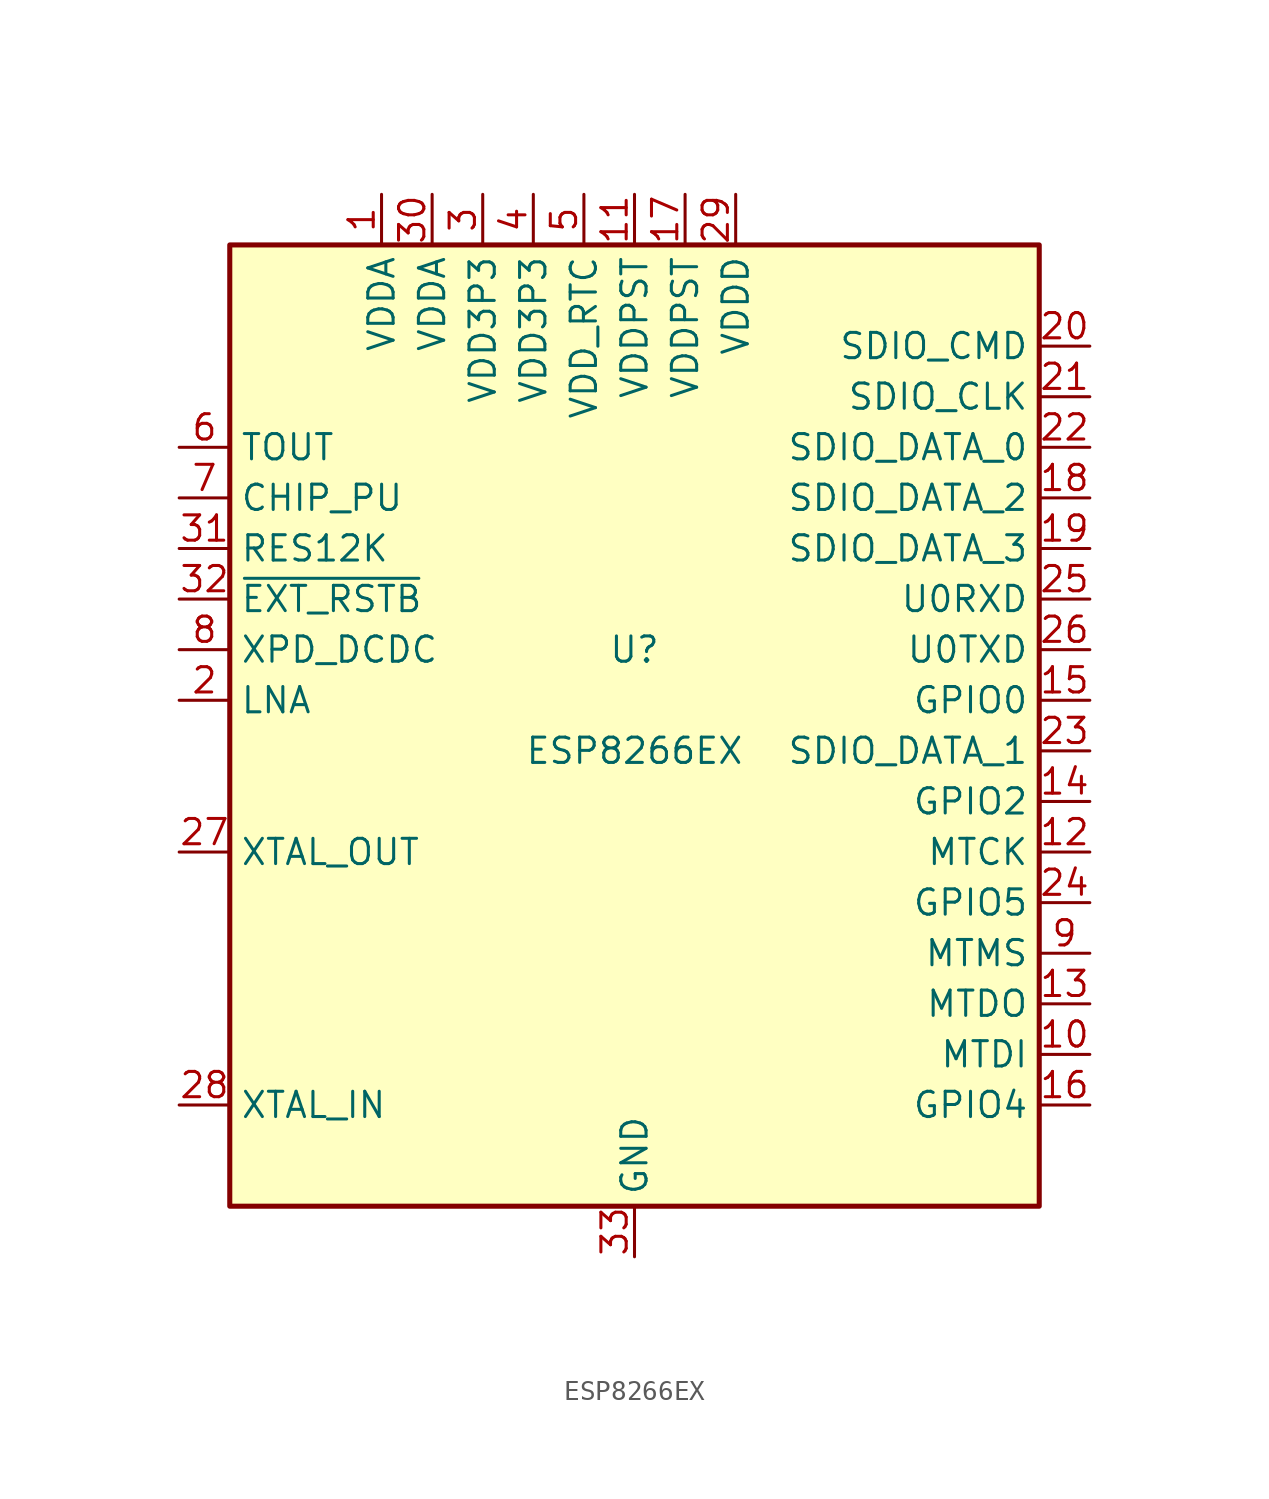
<source format=kicad_sym>
(kicad_symbol_lib
  (version 20201005)
  (generator kicad_symbol_editor)
  (symbol "ESP8266EX"
    (property "Reference" "U"
      (at 0 2.54 0)
      (effects (font (size 1.27 1.27))))
    (property "Value" "ESP8266EX"
      (at 0 -2.54 0)
      (effects (font (size 1.27 1.27))))
    (symbol "ESP8266EX_0_1"
      (rectangle (start -20.32 22.86) (end 20.32 -25.4) (stroke (width 0.254)) (fill (type background))))
    (symbol "ESP8266EX_1_1"
      (pin power_in line (at -12.7 25.4 270) (length 2.54) (name "VDDA" (effects (font (size 1.27 1.27)))) (number "1" (effects (font (size 1.27 1.27)))))
      (pin bidirectional line (at 22.86 -17.78 180) (length 2.54) (name "MTDI" (effects (font (size 1.27 1.27)))) (number "10" (effects (font (size 1.27 1.27)))))
      (pin power_in line (at 0 25.4 270) (length 2.54) (name "VDDPST" (effects (font (size 1.27 1.27)))) (number "11" (effects (font (size 1.27 1.27)))))
      (pin bidirectional line (at 22.86 -7.62 180) (length 2.54) (name "MTCK" (effects (font (size 1.27 1.27)))) (number "12" (effects (font (size 1.27 1.27)))))
      (pin bidirectional line (at 22.86 -15.24 180) (length 2.54) (name "MTDO" (effects (font (size 1.27 1.27)))) (number "13" (effects (font (size 1.27 1.27)))))
      (pin bidirectional line (at 22.86 -5.08 180) (length 2.54) (name "GPIO2" (effects (font (size 1.27 1.27)))) (number "14" (effects (font (size 1.27 1.27)))))
      (pin bidirectional line (at 22.86 0 180) (length 2.54) (name "GPIO0" (effects (font (size 1.27 1.27)))) (number "15" (effects (font (size 1.27 1.27)))))
      (pin bidirectional line (at 22.86 -20.32 180) (length 2.54) (name "GPIO4" (effects (font (size 1.27 1.27)))) (number "16" (effects (font (size 1.27 1.27)))))
      (pin power_in line (at 2.54 25.4 270) (length 2.54) (name "VDDPST" (effects (font (size 1.27 1.27)))) (number "17" (effects (font (size 1.27 1.27)))))
      (pin bidirectional line (at 22.86 10.16 180) (length 2.54) (name "SDIO_DATA_2" (effects (font (size 1.27 1.27)))) (number "18" (effects (font (size 1.27 1.27)))))
      (pin bidirectional line (at 22.86 7.62 180) (length 2.54) (name "SDIO_DATA_3" (effects (font (size 1.27 1.27)))) (number "19" (effects (font (size 1.27 1.27)))))
      (pin bidirectional line (at -22.86 0 0) (length 2.54) (name "LNA" (effects (font (size 1.27 1.27)))) (number "2" (effects (font (size 1.27 1.27)))))
      (pin bidirectional line (at 22.86 17.78 180) (length 2.54) (name "SDIO_CMD" (effects (font (size 1.27 1.27)))) (number "20" (effects (font (size 1.27 1.27)))))
      (pin bidirectional line (at 22.86 15.24 180) (length 2.54) (name "SDIO_CLK" (effects (font (size 1.27 1.27)))) (number "21" (effects (font (size 1.27 1.27)))))
      (pin bidirectional line (at 22.86 12.7 180) (length 2.54) (name "SDIO_DATA_0" (effects (font (size 1.27 1.27)))) (number "22" (effects (font (size 1.27 1.27)))))
      (pin bidirectional line (at 22.86 -2.54 180) (length 2.54) (name "SDIO_DATA_1" (effects (font (size 1.27 1.27)))) (number "23" (effects (font (size 1.27 1.27)))))
      (pin bidirectional line (at 22.86 -10.16 180) (length 2.54) (name "GPIO5" (effects (font (size 1.27 1.27)))) (number "24" (effects (font (size 1.27 1.27)))))
      (pin bidirectional line (at 22.86 5.08 180) (length 2.54) (name "U0RXD" (effects (font (size 1.27 1.27)))) (number "25" (effects (font (size 1.27 1.27)))))
      (pin bidirectional line (at 22.86 2.54 180) (length 2.54) (name "U0TXD" (effects (font (size 1.27 1.27)))) (number "26" (effects (font (size 1.27 1.27)))))
      (pin bidirectional line (at -22.86 -7.62 0) (length 2.54) (name "XTAL_OUT" (effects (font (size 1.27 1.27)))) (number "27" (effects (font (size 1.27 1.27)))))
      (pin bidirectional line (at -22.86 -20.32 0) (length 2.54) (name "XTAL_IN" (effects (font (size 1.27 1.27)))) (number "28" (effects (font (size 1.27 1.27)))))
      (pin power_in line (at 5.08 25.4 270) (length 2.54) (name "VDDD" (effects (font (size 1.27 1.27)))) (number "29" (effects (font (size 1.27 1.27)))))
      (pin power_in line (at -7.62 25.4 270) (length 2.54) (name "VDD3P3" (effects (font (size 1.27 1.27)))) (number "3" (effects (font (size 1.27 1.27)))))
      (pin power_in line (at -10.16 25.4 270) (length 2.54) (name "VDDA" (effects (font (size 1.27 1.27)))) (number "30" (effects (font (size 1.27 1.27)))))
      (pin input line (at -22.86 7.62 0) (length 2.54) (name "RES12K" (effects (font (size 1.27 1.27)))) (number "31" (effects (font (size 1.27 1.27)))))
      (pin input line (at -22.86 5.08 0) (length 2.54) (name "~EXT_RSTB~" (effects (font (size 1.27 1.27)))) (number "32" (effects (font (size 1.27 1.27)))))
      (pin power_in line (at 0 -27.94 90) (length 2.54) (name "GND" (effects (font (size 1.27 1.27)))) (number "33" (effects (font (size 1.27 1.27)))))
      (pin power_in line (at -5.08 25.4 270) (length 2.54) (name "VDD3P3" (effects (font (size 1.27 1.27)))) (number "4" (effects (font (size 1.27 1.27)))))
      (pin power_in line (at -2.54 25.4 270) (length 2.54) (name "VDD_RTC" (effects (font (size 1.27 1.27)))) (number "5" (effects (font (size 1.27 1.27)))))
      (pin input line (at -22.86 12.7 0) (length 2.54) (name "TOUT" (effects (font (size 1.27 1.27)))) (number "6" (effects (font (size 1.27 1.27)))))
      (pin input line (at -22.86 10.16 0) (length 2.54) (name "CHIP_PU" (effects (font (size 1.27 1.27)))) (number "7" (effects (font (size 1.27 1.27)))))
      (pin bidirectional line (at -22.86 2.54 0) (length 2.54) (name "XPD_DCDC" (effects (font (size 1.27 1.27)))) (number "8" (effects (font (size 1.27 1.27)))))
      (pin bidirectional line (at 22.86 -12.7 180) (length 2.54) (name "MTMS" (effects (font (size 1.27 1.27)))) (number "9" (effects (font (size 1.27 1.27))))))))
</source>
